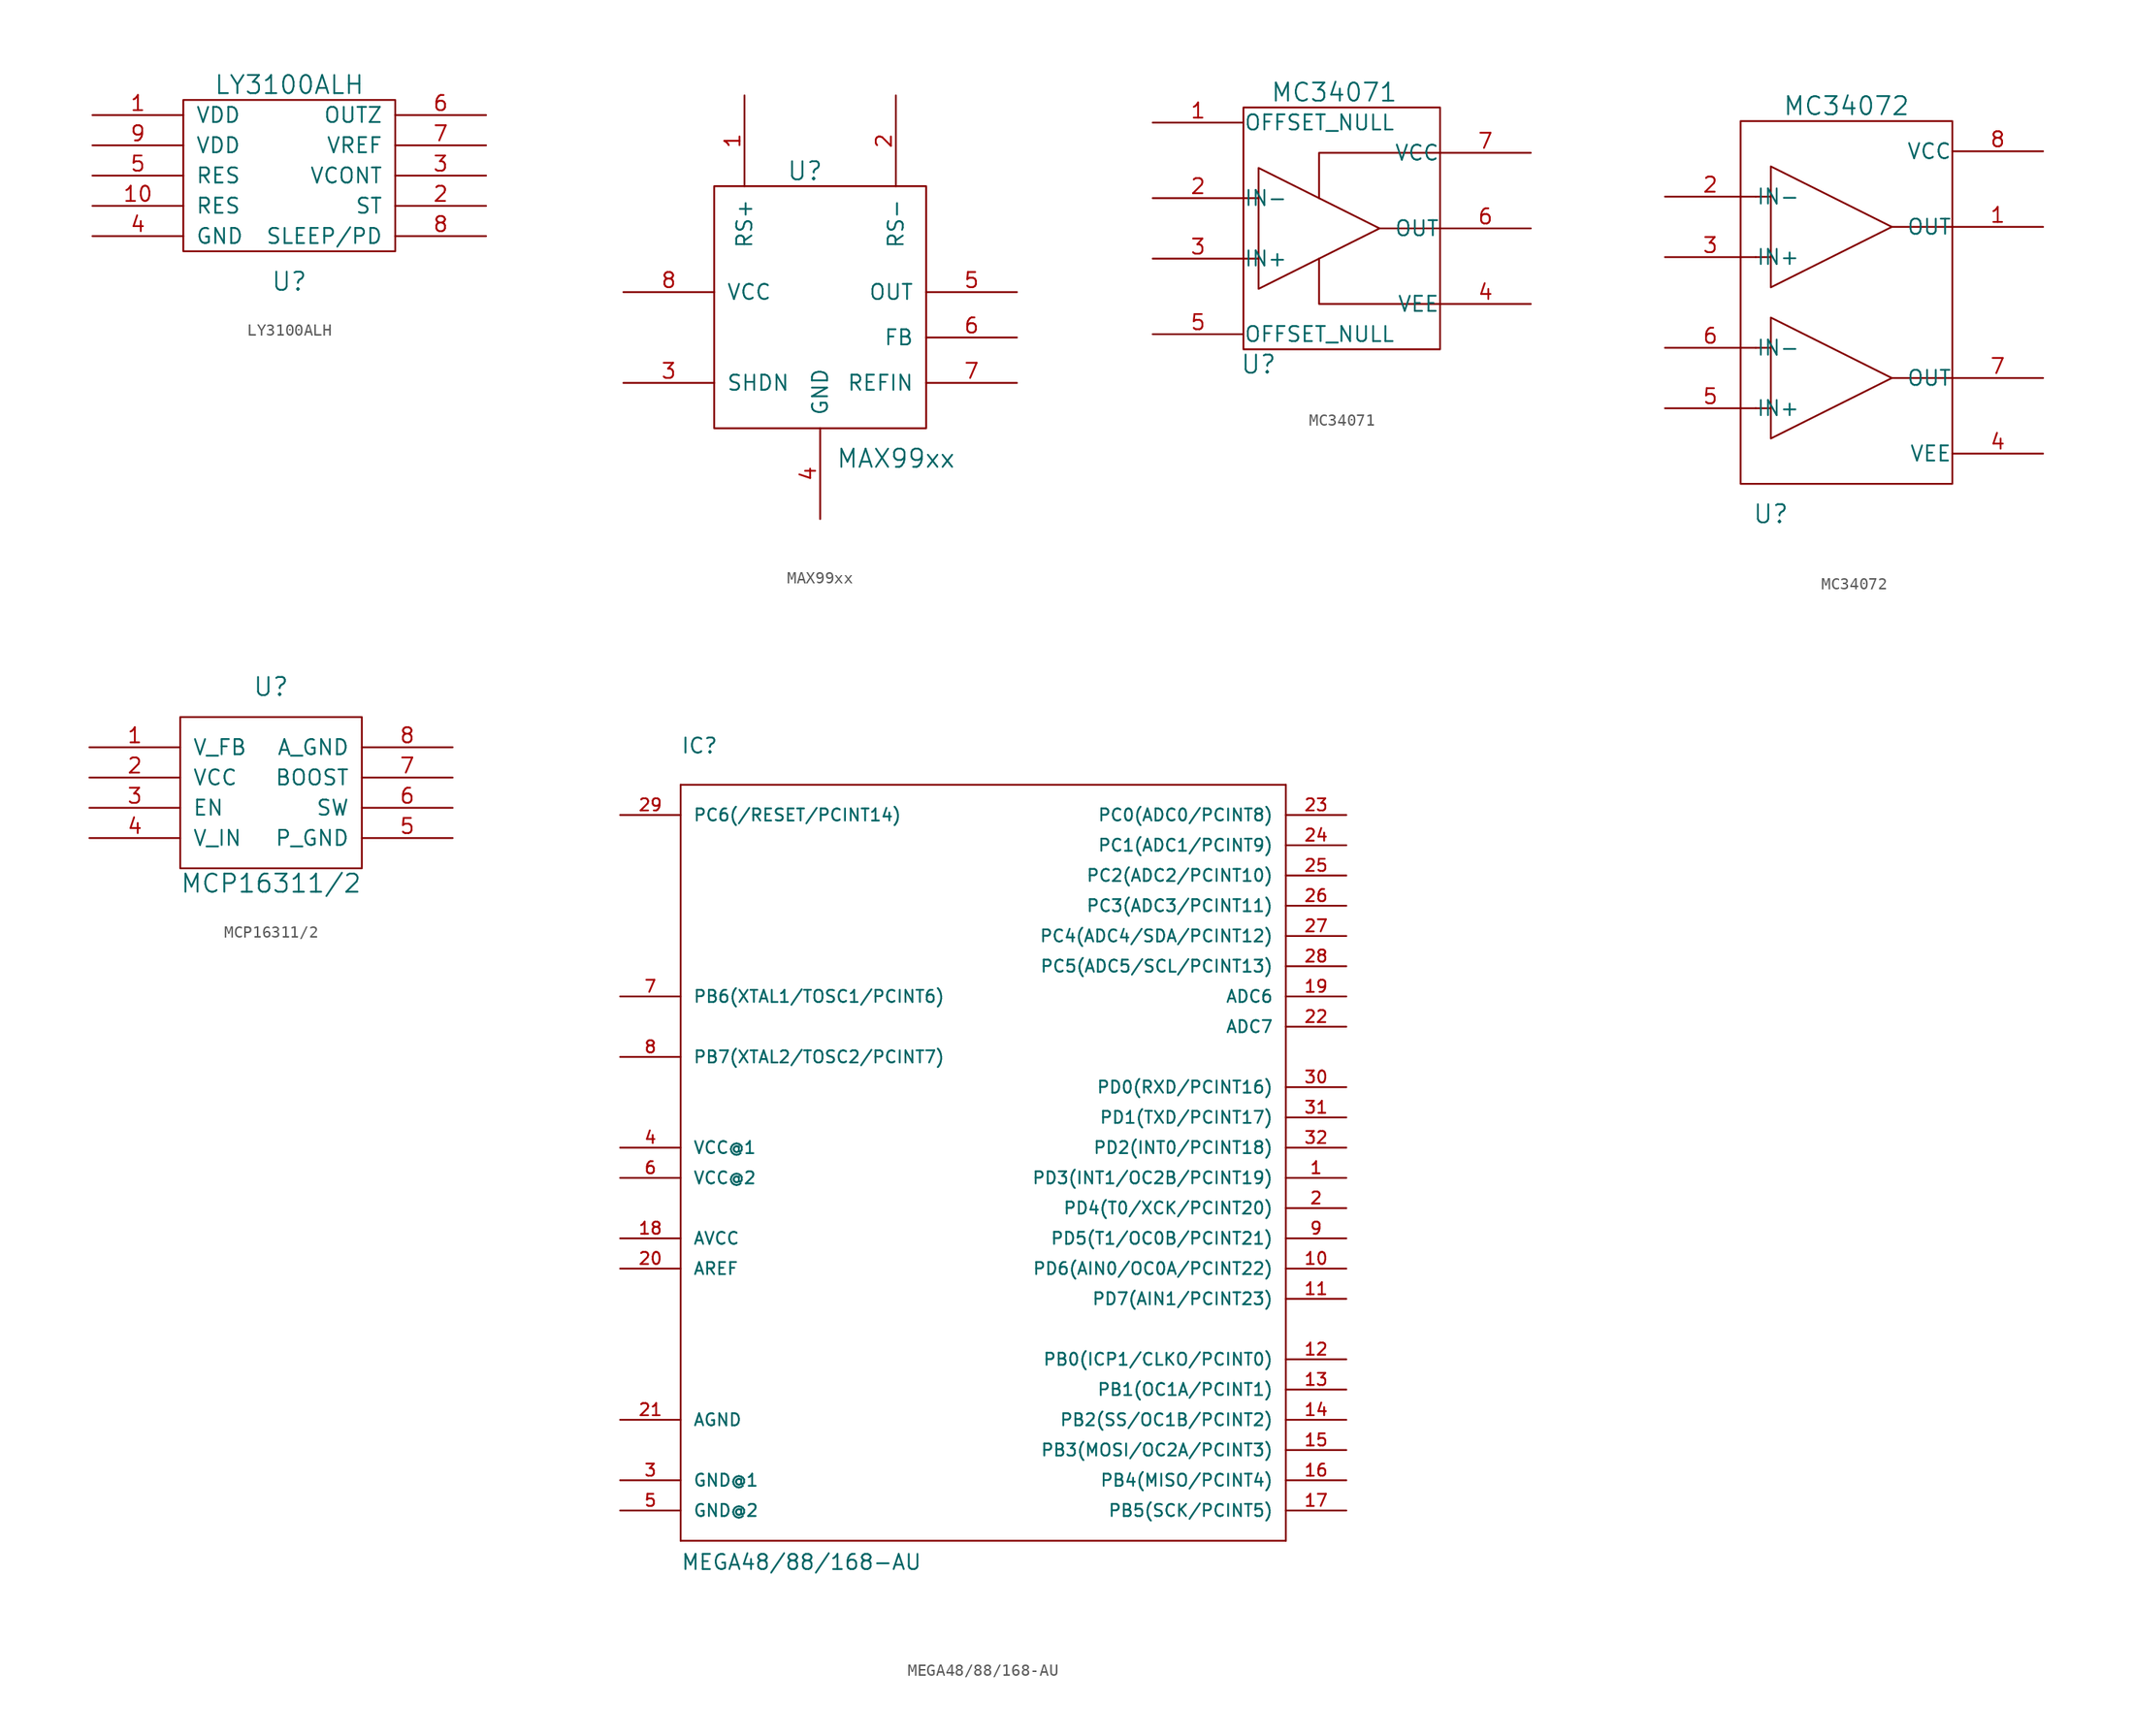
<source format=kicad_sym>
(kicad_symbol_lib
  (version 20231120)
  (generator "kicad_symbol_editor")
  (generator_version "8.0")
  (symbol "LY3100ALH"
    (pin_names
      (offset 1.016))
    (property "Reference" "U"
      (at 0 -8.89 0)
      (effects (font (size 1.524 1.524))))
    (property "Value" "LY3100ALH"
      (at 0 7.62 0)
      (effects (font (size 1.524 1.524))))
    (property "Footprint" ""
      (at 0 0 0)
      (effects (font (size 1.524 1.524))))
    (property "Datasheet" ""
      (at 0 0 0)
      (effects (font (size 1.524 1.524))))
    (symbol "LY3100ALH_0_1"
      (rectangle (start -8.89 6.35) (end 8.89 -6.35) (stroke (width 0) (type solid)) (fill (type none))))
    (symbol "LY3100ALH_1_1"
      (pin power_in line (at -16.51 5.08 0) (length 7.62) (name "VDD" (effects (font (size 1.27 1.27)))) (number "1" (effects (font (size 1.27 1.27)))))
      (pin input line (at -16.51 -2.54 0) (length 7.62) (name "RES" (effects (font (size 1.27 1.27)))) (number "10" (effects (font (size 1.27 1.27)))))
      (pin input line (at 16.51 -2.54 180) (length 7.62) (name "ST" (effects (font (size 1.27 1.27)))) (number "2" (effects (font (size 1.27 1.27)))))
      (pin input line (at 16.51 0 180) (length 7.62) (name "VCONT" (effects (font (size 1.27 1.27)))) (number "3" (effects (font (size 1.27 1.27)))))
      (pin power_in line (at -16.51 -5.08 0) (length 7.62) (name "GND" (effects (font (size 1.27 1.27)))) (number "4" (effects (font (size 1.27 1.27)))))
      (pin input line (at -16.51 0 0) (length 7.62) (name "RES" (effects (font (size 1.27 1.27)))) (number "5" (effects (font (size 1.27 1.27)))))
      (pin output line (at 16.51 5.08 180) (length 7.62) (name "OUTZ" (effects (font (size 1.27 1.27)))) (number "6" (effects (font (size 1.27 1.27)))))
      (pin output line (at 16.51 2.54 180) (length 7.62) (name "VREF" (effects (font (size 1.27 1.27)))) (number "7" (effects (font (size 1.27 1.27)))))
      (pin input line (at 16.51 -5.08 180) (length 7.62) (name "SLEEP/PD" (effects (font (size 1.27 1.27)))) (number "8" (effects (font (size 1.27 1.27)))))
      (pin power_in line (at -16.51 2.54 0) (length 7.62) (name "VDD" (effects (font (size 1.27 1.27)))) (number "9" (effects (font (size 1.27 1.27)))))))
  (symbol "MAX99xx"
    (pin_names
      (offset 1.016))
    (property "Reference" "U"
      (at -1.27 11.43 0)
      (effects (font (size 1.524 1.524))))
    (property "Value" "MAX99xx"
      (at 6.35 -12.7 0)
      (effects (font (size 1.524 1.524))))
    (property "Footprint" ""
      (at 0 0 0)
      (effects (font (size 1.524 1.524))))
    (property "Datasheet" ""
      (at 0 0 0)
      (effects (font (size 1.524 1.524))))
    (symbol "MAX99xx_0_1"
      (rectangle (start -8.89 10.16) (end 8.89 -10.16) (stroke (width 0) (type solid)) (fill (type none))))
    (symbol "MAX99xx_1_1"
      (pin input line (at -6.35 17.78 270) (length 7.62) (name "RS+" (effects (font (size 1.27 1.27)))) (number "1" (effects (font (size 1.27 1.27)))))
      (pin input line (at 6.35 17.78 270) (length 7.62) (name "RS-" (effects (font (size 1.27 1.27)))) (number "2" (effects (font (size 1.27 1.27)))))
      (pin input line (at -16.51 -6.35 0) (length 7.62) (name "SHDN" (effects (font (size 1.27 1.27)))) (number "3" (effects (font (size 1.27 1.27)))))
      (pin power_in line (at 0 -17.78 90) (length 7.62) (name "GND" (effects (font (size 1.27 1.27)))) (number "4" (effects (font (size 1.27 1.27)))))
      (pin output line (at 16.51 1.27 180) (length 7.62) (name "OUT" (effects (font (size 1.27 1.27)))) (number "5" (effects (font (size 1.27 1.27)))))
      (pin input line (at 16.51 -2.54 180) (length 7.62) (name "FB" (effects (font (size 1.27 1.27)))) (number "6" (effects (font (size 1.27 1.27)))))
      (pin input line (at 16.51 -6.35 180) (length 7.62) (name "REFIN" (effects (font (size 1.27 1.27)))) (number "7" (effects (font (size 1.27 1.27)))))
      (pin power_in line (at -16.51 1.27 0) (length 7.62) (name "VCC" (effects (font (size 1.27 1.27)))) (number "8" (effects (font (size 1.27 1.27)))))))
  (symbol "MC34071"
    (pin_names
      (offset 0.025))
    (property "Reference" "U"
      (at -6.35 -11.43 0)
      (effects (font (size 1.524 1.524))))
    (property "Value" "MC34071"
      (at 0 11.43 0)
      (effects (font (size 1.524 1.524))))
    (property "Datasheet" ""
      (at 0 0 0)
      (effects (font (size 1.524 1.524))))
    (symbol "MC34071_0_1"
      (rectangle (start -7.62 10.16) (end 8.89 -10.16) (stroke (width 0) (type solid)) (fill (type none)))
      (polyline (pts (xy -7.62 -2.54) (xy -6.35 -2.54) (xy -6.35 -2.54)) (stroke (width 0) (type solid)) (fill (type none)))
      (polyline (pts (xy -7.62 2.54) (xy -6.35 2.54) (xy -6.35 2.54)) (stroke (width 0) (type solid)) (fill (type none)))
      (polyline (pts (xy 3.81 0) (xy 8.89 0) (xy 8.89 0)) (stroke (width 0) (type solid)) (fill (type none)))
      (polyline (pts (xy 8.89 -6.35) (xy -1.27 -6.35) (xy -1.27 -2.54) (xy -1.27 -2.54)) (stroke (width 0) (type solid)) (fill (type none)))
      (polyline (pts (xy 8.89 6.35) (xy -1.27 6.35) (xy -1.27 2.54) (xy -1.27 2.54) (xy -1.27 2.54)) (stroke (width 0) (type solid)) (fill (type none))))
    (symbol "MC34071_1_1"
      (polyline (pts (xy -6.35 5.08) (xy -6.35 -5.08) (xy 3.81 0) (xy -6.35 5.08) (xy -3.81 3.81)) (stroke (width 0) (type solid)) (fill (type none)))
      (pin output line (at -15.24 8.89 0) (length 7.62) (name "OFFSET_NULL" (effects (font (size 1.27 1.27)))) (number "1" (effects (font (size 1.27 1.27)))))
      (pin input line (at -15.24 2.54 0) (length 7.62) (name "IN-" (effects (font (size 1.27 1.27)))) (number "2" (effects (font (size 1.27 1.27)))))
      (pin input line (at -15.24 -2.54 0) (length 7.62) (name "IN+" (effects (font (size 1.27 1.27)))) (number "3" (effects (font (size 1.27 1.27)))))
      (pin input line (at 16.51 -6.35 180) (length 7.62) (name "VEE" (effects (font (size 1.27 1.27)))) (number "4" (effects (font (size 1.27 1.27)))))
      (pin output line (at -15.24 -8.89 0) (length 7.62) (name "OFFSET_NULL" (effects (font (size 1.27 1.27)))) (number "5" (effects (font (size 1.27 1.27)))))
      (pin output line (at 16.51 0 180) (length 7.62) (name "OUT" (effects (font (size 1.27 1.27)))) (number "6" (effects (font (size 1.27 1.27)))))
      (pin input line (at 16.51 6.35 180) (length 7.62) (name "VCC" (effects (font (size 1.27 1.27)))) (number "7" (effects (font (size 1.27 1.27)))))))
  (symbol "MC34072"
    (pin_names
      (offset 0.025))
    (property "Reference" "U"
      (at -6.35 -17.78 0)
      (effects (font (size 1.524 1.524))))
    (property "Value" "MC34072"
      (at 0 16.51 0)
      (effects (font (size 1.524 1.524))))
    (property "Datasheet" ""
      (at 0 -6.35 0)
      (effects (font (size 1.524 1.524))))
    (symbol "MC34072_0_1"
      (rectangle (start -8.89 15.24) (end 8.89 -15.24) (stroke (width 0) (type solid)) (fill (type none)))
      (polyline (pts (xy -7.62 -8.89) (xy -6.35 -8.89) (xy -6.35 -8.89)) (stroke (width 0) (type solid)) (fill (type none)))
      (polyline (pts (xy -7.62 -3.81) (xy -6.35 -3.81) (xy -6.35 -3.81)) (stroke (width 0) (type solid)) (fill (type none)))
      (polyline (pts (xy -7.62 3.81) (xy -6.35 3.81) (xy -6.35 3.81)) (stroke (width 0) (type solid)) (fill (type none)))
      (polyline (pts (xy -7.62 8.89) (xy -6.35 8.89) (xy -6.35 8.89)) (stroke (width 0) (type solid)) (fill (type none)))
      (polyline (pts (xy 3.81 -6.35) (xy 8.89 -6.35) (xy 8.89 -6.35)) (stroke (width 0) (type solid)) (fill (type none)))
      (polyline (pts (xy 3.81 6.35) (xy 8.89 6.35) (xy 8.89 6.35)) (stroke (width 0) (type solid)) (fill (type none))))
    (symbol "MC34072_1_1"
      (polyline (pts (xy -6.35 -1.27) (xy -6.35 -11.43) (xy 3.81 -6.35) (xy -6.35 -1.27) (xy -3.81 -2.54)) (stroke (width 0) (type solid)) (fill (type none)))
      (polyline (pts (xy -6.35 11.43) (xy -6.35 1.27) (xy 3.81 6.35) (xy -6.35 11.43) (xy -3.81 10.16)) (stroke (width 0) (type solid)) (fill (type none)))
      (pin output line (at 16.51 6.35 180) (length 7.62) (name "OUT" (effects (font (size 1.27 1.27)))) (number "1" (effects (font (size 1.27 1.27)))))
      (pin input line (at -15.24 8.89 0) (length 7.62) (name "IN-" (effects (font (size 1.27 1.27)))) (number "2" (effects (font (size 1.27 1.27)))))
      (pin input line (at -15.24 3.81 0) (length 7.62) (name "IN+" (effects (font (size 1.27 1.27)))) (number "3" (effects (font (size 1.27 1.27)))))
      (pin power_in line (at 16.51 -12.7 180) (length 7.62) (name "VEE" (effects (font (size 1.27 1.27)))) (number "4" (effects (font (size 1.27 1.27)))))
      (pin input line (at -15.24 -8.89 0) (length 7.62) (name "IN+" (effects (font (size 1.27 1.27)))) (number "5" (effects (font (size 1.27 1.27)))))
      (pin input line (at -15.24 -3.81 0) (length 7.62) (name "IN-" (effects (font (size 1.27 1.27)))) (number "6" (effects (font (size 1.27 1.27)))))
      (pin output line (at 16.51 -6.35 180) (length 7.62) (name "OUT" (effects (font (size 1.27 1.27)))) (number "7" (effects (font (size 1.27 1.27)))))
      (pin power_in line (at 16.51 12.7 180) (length 7.62) (name "VCC" (effects (font (size 1.27 1.27)))) (number "8" (effects (font (size 1.27 1.27)))))))
  (symbol "MCP16311/2"
    (pin_names
      (offset 1.016))
    (property "Reference" "U"
      (at 0 8.89 0)
      (effects (font (size 1.524 1.524))))
    (property "Value" "MCP16311/2"
      (at 0 -7.62 0)
      (effects (font (size 1.524 1.524))))
    (property "Footprint" ""
      (at 1.27 0 0)
      (effects (font (size 1.524 1.524))))
    (property "Datasheet" ""
      (at 1.27 0 0)
      (effects (font (size 1.524 1.524))))
    (symbol "MCP16311/2_0_1"
      (rectangle (start -7.62 6.35) (end 7.62 -6.35) (stroke (width 0) (type solid)) (fill (type none))))
    (symbol "MCP16311/2_1_1"
      (pin input line (at -15.24 3.81 0) (length 7.62) (name "V_FB" (effects (font (size 1.27 1.27)))) (number "1" (effects (font (size 1.27 1.27)))))
      (pin input line (at -15.24 1.27 0) (length 7.62) (name "VCC" (effects (font (size 1.27 1.27)))) (number "2" (effects (font (size 1.27 1.27)))))
      (pin input line (at -15.24 -1.27 0) (length 7.62) (name "EN" (effects (font (size 1.27 1.27)))) (number "3" (effects (font (size 1.27 1.27)))))
      (pin input line (at -15.24 -3.81 0) (length 7.62) (name "V_IN" (effects (font (size 1.27 1.27)))) (number "4" (effects (font (size 1.27 1.27)))))
      (pin input line (at 15.24 -3.81 180) (length 7.62) (name "P_GND" (effects (font (size 1.27 1.27)))) (number "5" (effects (font (size 1.27 1.27)))))
      (pin input line (at 15.24 -1.27 180) (length 7.62) (name "SW" (effects (font (size 1.27 1.27)))) (number "6" (effects (font (size 1.27 1.27)))))
      (pin input line (at 15.24 1.27 180) (length 7.62) (name "BOOST" (effects (font (size 1.27 1.27)))) (number "7" (effects (font (size 1.27 1.27)))))
      (pin input line (at 15.24 3.81 180) (length 7.62) (name "A_GND" (effects (font (size 1.27 1.27)))) (number "8" (effects (font (size 1.27 1.27)))))))
  (symbol "MEGA48/88/168-AU"
    (pin_names
      (offset 1.016))
    (property "Reference" "IC"
      (at -25.4 33.02 0)
      (effects (font (size 1.27 1.27)) (justify left bottom)))
    (property "Value" "MEGA48/88/168-AU"
      (at -25.4 -35.56 0)
      (effects (font (size 1.27 1.27)) (justify left bottom)))
    (property "Datasheet" ""
      (at 0 0 0)
      (effects (font (size 1.524 1.524))))
    (property "ki_locked" ""
      (at 0 0 0)
      (effects (font (size 1.27 1.27))))
    (symbol "MEGA48/88/168-AU_1_0"
      (polyline (pts (xy -25.4 -33.02) (xy -25.4 30.48)) (stroke (width 0) (type solid)) (fill (type none)))
      (polyline (pts (xy -25.4 30.48) (xy 25.4 30.48)) (stroke (width 0) (type solid)) (fill (type none)))
      (polyline (pts (xy 25.4 -33.02) (xy -25.4 -33.02)) (stroke (width 0) (type solid)) (fill (type none)))
      (polyline (pts (xy 25.4 30.48) (xy 25.4 -33.02)) (stroke (width 0) (type solid)) (fill (type none))))
    (symbol "MEGA48/88/168-AU_1_1"
      (pin bidirectional line (at 30.48 -2.54 180) (length 5.08) (name "PD3(INT1/OC2B/PCINT19)" (effects (font (size 1.016 1.016)))) (number "1" (effects (font (size 1.016 1.016)))))
      (pin bidirectional line (at 30.48 -10.16 180) (length 5.08) (name "PD6(AIN0/OC0A/PCINT22)" (effects (font (size 1.016 1.016)))) (number "10" (effects (font (size 1.016 1.016)))))
      (pin bidirectional line (at 30.48 -12.7 180) (length 5.08) (name "PD7(AIN1/PCINT23)" (effects (font (size 1.016 1.016)))) (number "11" (effects (font (size 1.016 1.016)))))
      (pin bidirectional line (at 30.48 -17.78 180) (length 5.08) (name "PB0(ICP1/CLKO/PCINT0)" (effects (font (size 1.016 1.016)))) (number "12" (effects (font (size 1.016 1.016)))))
      (pin bidirectional line (at 30.48 -20.32 180) (length 5.08) (name "PB1(OC1A/PCINT1)" (effects (font (size 1.016 1.016)))) (number "13" (effects (font (size 1.016 1.016)))))
      (pin bidirectional line (at 30.48 -22.86 180) (length 5.08) (name "PB2(SS/OC1B/PCINT2)" (effects (font (size 1.016 1.016)))) (number "14" (effects (font (size 1.016 1.016)))))
      (pin bidirectional line (at 30.48 -25.4 180) (length 5.08) (name "PB3(MOSI/OC2A/PCINT3)" (effects (font (size 1.016 1.016)))) (number "15" (effects (font (size 1.016 1.016)))))
      (pin bidirectional line (at 30.48 -27.94 180) (length 5.08) (name "PB4(MISO/PCINT4)" (effects (font (size 1.016 1.016)))) (number "16" (effects (font (size 1.016 1.016)))))
      (pin bidirectional line (at 30.48 -30.48 180) (length 5.08) (name "PB5(SCK/PCINT5)" (effects (font (size 1.016 1.016)))) (number "17" (effects (font (size 1.016 1.016)))))
      (pin passive line (at -30.48 -7.62 0) (length 5.08) (name "AVCC" (effects (font (size 1.016 1.016)))) (number "18" (effects (font (size 1.016 1.016)))))
      (pin passive line (at 30.48 12.7 180) (length 5.08) (name "ADC6" (effects (font (size 1.016 1.016)))) (number "19" (effects (font (size 1.016 1.016)))))
      (pin bidirectional line (at 30.48 -5.08 180) (length 5.08) (name "PD4(T0/XCK/PCINT20)" (effects (font (size 1.016 1.016)))) (number "2" (effects (font (size 1.016 1.016)))))
      (pin passive line (at -30.48 -10.16 0) (length 5.08) (name "AREF" (effects (font (size 1.016 1.016)))) (number "20" (effects (font (size 1.016 1.016)))))
      (pin power_in line (at -30.48 -22.86 0) (length 5.08) (name "AGND" (effects (font (size 1.016 1.016)))) (number "21" (effects (font (size 1.016 1.016)))))
      (pin passive line (at 30.48 10.16 180) (length 5.08) (name "ADC7" (effects (font (size 1.016 1.016)))) (number "22" (effects (font (size 1.016 1.016)))))
      (pin bidirectional line (at 30.48 27.94 180) (length 5.08) (name "PC0(ADC0/PCINT8)" (effects (font (size 1.016 1.016)))) (number "23" (effects (font (size 1.016 1.016)))))
      (pin bidirectional line (at 30.48 25.4 180) (length 5.08) (name "PC1(ADC1/PCINT9)" (effects (font (size 1.016 1.016)))) (number "24" (effects (font (size 1.016 1.016)))))
      (pin bidirectional line (at 30.48 22.86 180) (length 5.08) (name "PC2(ADC2/PCINT10)" (effects (font (size 1.016 1.016)))) (number "25" (effects (font (size 1.016 1.016)))))
      (pin bidirectional line (at 30.48 20.32 180) (length 5.08) (name "PC3(ADC3/PCINT11)" (effects (font (size 1.016 1.016)))) (number "26" (effects (font (size 1.016 1.016)))))
      (pin bidirectional line (at 30.48 17.78 180) (length 5.08) (name "PC4(ADC4/SDA/PCINT12)" (effects (font (size 1.016 1.016)))) (number "27" (effects (font (size 1.016 1.016)))))
      (pin bidirectional line (at 30.48 15.24 180) (length 5.08) (name "PC5(ADC5/SCL/PCINT13)" (effects (font (size 1.016 1.016)))) (number "28" (effects (font (size 1.016 1.016)))))
      (pin bidirectional line (at -30.48 27.94 0) (length 5.08) (name "PC6(/RESET/PCINT14)" (effects (font (size 1.016 1.016)))) (number "29" (effects (font (size 1.016 1.016)))))
      (pin power_in line (at -30.48 -27.94 0) (length 5.08) (name "GND@1" (effects (font (size 1.016 1.016)))) (number "3" (effects (font (size 1.016 1.016)))))
      (pin bidirectional line (at 30.48 5.08 180) (length 5.08) (name "PD0(RXD/PCINT16)" (effects (font (size 1.016 1.016)))) (number "30" (effects (font (size 1.016 1.016)))))
      (pin bidirectional line (at 30.48 2.54 180) (length 5.08) (name "PD1(TXD/PCINT17)" (effects (font (size 1.016 1.016)))) (number "31" (effects (font (size 1.016 1.016)))))
      (pin bidirectional line (at 30.48 0 180) (length 5.08) (name "PD2(INT0/PCINT18)" (effects (font (size 1.016 1.016)))) (number "32" (effects (font (size 1.016 1.016)))))
      (pin power_in line (at -30.48 0 0) (length 5.08) (name "VCC@1" (effects (font (size 1.016 1.016)))) (number "4" (effects (font (size 1.016 1.016)))))
      (pin power_in line (at -30.48 -30.48 0) (length 5.08) (name "GND@2" (effects (font (size 1.016 1.016)))) (number "5" (effects (font (size 1.016 1.016)))))
      (pin power_in line (at -30.48 -2.54 0) (length 5.08) (name "VCC@2" (effects (font (size 1.016 1.016)))) (number "6" (effects (font (size 1.016 1.016)))))
      (pin bidirectional line (at -30.48 12.7 0) (length 5.08) (name "PB6(XTAL1/TOSC1/PCINT6)" (effects (font (size 1.016 1.016)))) (number "7" (effects (font (size 1.016 1.016)))))
      (pin bidirectional line (at -30.48 7.62 0) (length 5.08) (name "PB7(XTAL2/TOSC2/PCINT7)" (effects (font (size 1.016 1.016)))) (number "8" (effects (font (size 1.016 1.016)))))
      (pin bidirectional line (at 30.48 -7.62 180) (length 5.08) (name "PD5(T1/OC0B/PCINT21)" (effects (font (size 1.016 1.016)))) (number "9" (effects (font (size 1.016 1.016))))))))
</source>
